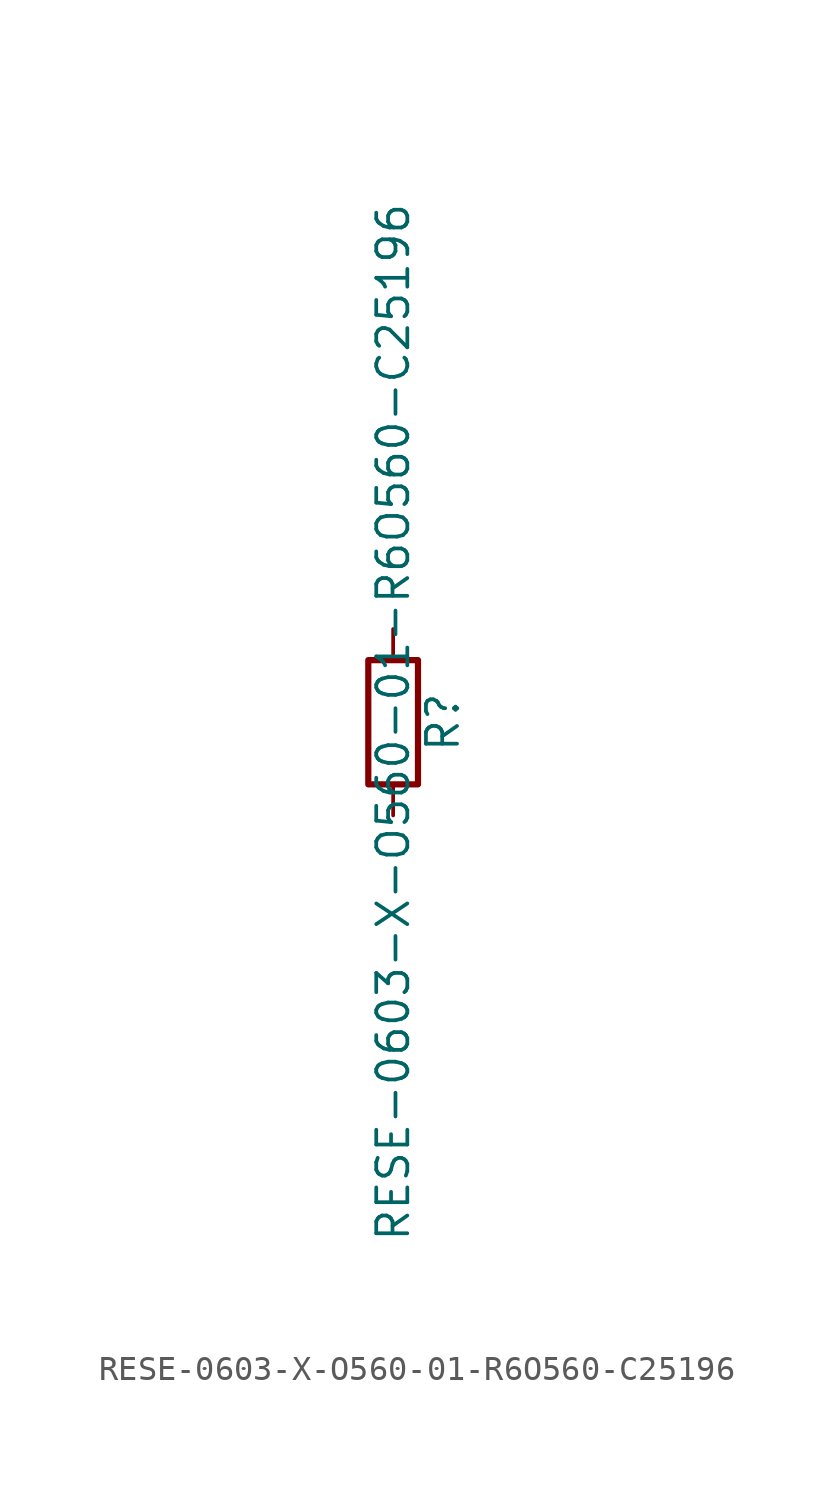
<source format=kicad_sym>
(kicad_symbol_lib
  (version 20211014)
  (generator kicad_symbol_editor)
  (symbol "RESE-0603-X-O560-01-R6O560-C25196"
    (pin_numbers hide)
    (pin_names
      (offset 0))
    (property "Reference" "R"
      (at 2.032 0 90)
      (effects (font (size 1.27 1.27))))
    (property "Value" "RESE-0603-X-O560-01-R6O560-C25196"
      (at 0 0 90)
      (effects (font (size 1.27 1.27))))
    (symbol "RESE-0603-X-O560-01-R6O560-C25196_0_1"
      (rectangle (start -1.016 -2.54) (end 1.016 2.54) (stroke (width 0.254) (type default) (color 0 0 0 0)) (fill (type none))))
    (symbol "RESE-0603-X-O560-01-R6O560-C25196_1_1"
      (pin passive line (at 0 3.81 270) (length 1.27) (name "~" (effects (font (size 1.27 1.27)))) (number "1" (effects (font (size 1.27 1.27)))))
      (pin passive line (at 0 -3.81 90) (length 1.27) (name "~" (effects (font (size 1.27 1.27)))) (number "2" (effects (font (size 1.27 1.27))))))))
</source>
